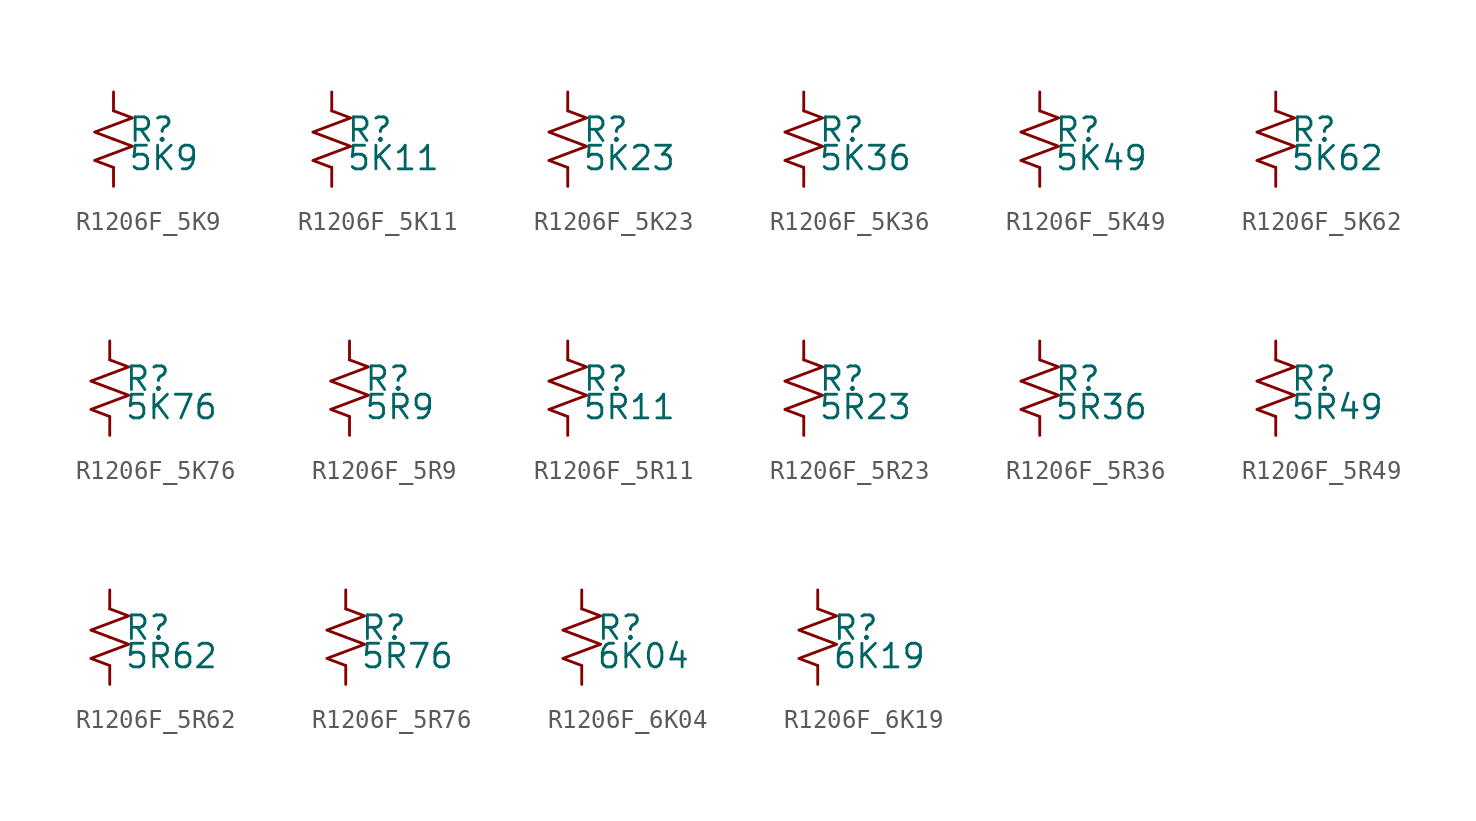
<source format=kicad_sym>
(kicad_symbol_lib
  (version 20220914)
  (generator kicad_symbol_editor)
  (symbol "R1206F_5K9"
    (pin_numbers hide)
    (pin_names
      (offset 0.254) hide)
    (property "Reference" "R"
      (at 0.762 0.508 0)
      (effects (font (size 1.27 1.27)) (justify left)))
    (property "Value" "5K9"
      (at 0.762 -1.016 0)
      (effects (font (size 1.27 1.27)) (justify left)))
    (symbol "R1206F_5K9_1_1"
      (polyline (pts (xy 0 0) (xy 1.016 -0.381) (xy 0 -0.762) (xy -1.016 -1.143) (xy 0 -1.524)) (stroke (width 0) (type default)) (fill (type none)))
      (polyline (pts (xy 0 1.524) (xy 1.016 1.143) (xy 0 0.762) (xy -1.016 0.381) (xy 0 0)) (stroke (width 0) (type default)) (fill (type none)))
      (pin passive line (at 0 2.54 270) (length 1.016) (name "~" (effects (font (size 1.27 1.27)))) (number "1" (effects (font (size 1.27 1.27)))))
      (pin passive line (at 0 -2.54 90) (length 1.016) (name "~" (effects (font (size 1.27 1.27)))) (number "2" (effects (font (size 1.27 1.27)))))))
  (symbol "R1206F_5K11"
    (pin_numbers hide)
    (pin_names
      (offset 0.254) hide)
    (property "Reference" "R"
      (at 0.762 0.508 0)
      (effects (font (size 1.27 1.27)) (justify left)))
    (property "Value" "5K11"
      (at 0.762 -1.016 0)
      (effects (font (size 1.27 1.27)) (justify left)))
    (symbol "R1206F_5K11_1_1"
      (polyline (pts (xy 0 0) (xy 1.016 -0.381) (xy 0 -0.762) (xy -1.016 -1.143) (xy 0 -1.524)) (stroke (width 0) (type default)) (fill (type none)))
      (polyline (pts (xy 0 1.524) (xy 1.016 1.143) (xy 0 0.762) (xy -1.016 0.381) (xy 0 0)) (stroke (width 0) (type default)) (fill (type none)))
      (pin passive line (at 0 2.54 270) (length 1.016) (name "~" (effects (font (size 1.27 1.27)))) (number "1" (effects (font (size 1.27 1.27)))))
      (pin passive line (at 0 -2.54 90) (length 1.016) (name "~" (effects (font (size 1.27 1.27)))) (number "2" (effects (font (size 1.27 1.27)))))))
  (symbol "R1206F_5K23"
    (pin_numbers hide)
    (pin_names
      (offset 0.254) hide)
    (property "Reference" "R"
      (at 0.762 0.508 0)
      (effects (font (size 1.27 1.27)) (justify left)))
    (property "Value" "5K23"
      (at 0.762 -1.016 0)
      (effects (font (size 1.27 1.27)) (justify left)))
    (symbol "R1206F_5K23_1_1"
      (polyline (pts (xy 0 0) (xy 1.016 -0.381) (xy 0 -0.762) (xy -1.016 -1.143) (xy 0 -1.524)) (stroke (width 0) (type default)) (fill (type none)))
      (polyline (pts (xy 0 1.524) (xy 1.016 1.143) (xy 0 0.762) (xy -1.016 0.381) (xy 0 0)) (stroke (width 0) (type default)) (fill (type none)))
      (pin passive line (at 0 2.54 270) (length 1.016) (name "~" (effects (font (size 1.27 1.27)))) (number "1" (effects (font (size 1.27 1.27)))))
      (pin passive line (at 0 -2.54 90) (length 1.016) (name "~" (effects (font (size 1.27 1.27)))) (number "2" (effects (font (size 1.27 1.27)))))))
  (symbol "R1206F_5K36"
    (pin_numbers hide)
    (pin_names
      (offset 0.254) hide)
    (property "Reference" "R"
      (at 0.762 0.508 0)
      (effects (font (size 1.27 1.27)) (justify left)))
    (property "Value" "5K36"
      (at 0.762 -1.016 0)
      (effects (font (size 1.27 1.27)) (justify left)))
    (symbol "R1206F_5K36_1_1"
      (polyline (pts (xy 0 0) (xy 1.016 -0.381) (xy 0 -0.762) (xy -1.016 -1.143) (xy 0 -1.524)) (stroke (width 0) (type default)) (fill (type none)))
      (polyline (pts (xy 0 1.524) (xy 1.016 1.143) (xy 0 0.762) (xy -1.016 0.381) (xy 0 0)) (stroke (width 0) (type default)) (fill (type none)))
      (pin passive line (at 0 2.54 270) (length 1.016) (name "~" (effects (font (size 1.27 1.27)))) (number "1" (effects (font (size 1.27 1.27)))))
      (pin passive line (at 0 -2.54 90) (length 1.016) (name "~" (effects (font (size 1.27 1.27)))) (number "2" (effects (font (size 1.27 1.27)))))))
  (symbol "R1206F_5K49"
    (pin_numbers hide)
    (pin_names
      (offset 0.254) hide)
    (property "Reference" "R"
      (at 0.762 0.508 0)
      (effects (font (size 1.27 1.27)) (justify left)))
    (property "Value" "5K49"
      (at 0.762 -1.016 0)
      (effects (font (size 1.27 1.27)) (justify left)))
    (symbol "R1206F_5K49_1_1"
      (polyline (pts (xy 0 0) (xy 1.016 -0.381) (xy 0 -0.762) (xy -1.016 -1.143) (xy 0 -1.524)) (stroke (width 0) (type default)) (fill (type none)))
      (polyline (pts (xy 0 1.524) (xy 1.016 1.143) (xy 0 0.762) (xy -1.016 0.381) (xy 0 0)) (stroke (width 0) (type default)) (fill (type none)))
      (pin passive line (at 0 2.54 270) (length 1.016) (name "~" (effects (font (size 1.27 1.27)))) (number "1" (effects (font (size 1.27 1.27)))))
      (pin passive line (at 0 -2.54 90) (length 1.016) (name "~" (effects (font (size 1.27 1.27)))) (number "2" (effects (font (size 1.27 1.27)))))))
  (symbol "R1206F_5K62"
    (pin_numbers hide)
    (pin_names
      (offset 0.254) hide)
    (property "Reference" "R"
      (at 0.762 0.508 0)
      (effects (font (size 1.27 1.27)) (justify left)))
    (property "Value" "5K62"
      (at 0.762 -1.016 0)
      (effects (font (size 1.27 1.27)) (justify left)))
    (symbol "R1206F_5K62_1_1"
      (polyline (pts (xy 0 0) (xy 1.016 -0.381) (xy 0 -0.762) (xy -1.016 -1.143) (xy 0 -1.524)) (stroke (width 0) (type default)) (fill (type none)))
      (polyline (pts (xy 0 1.524) (xy 1.016 1.143) (xy 0 0.762) (xy -1.016 0.381) (xy 0 0)) (stroke (width 0) (type default)) (fill (type none)))
      (pin passive line (at 0 2.54 270) (length 1.016) (name "~" (effects (font (size 1.27 1.27)))) (number "1" (effects (font (size 1.27 1.27)))))
      (pin passive line (at 0 -2.54 90) (length 1.016) (name "~" (effects (font (size 1.27 1.27)))) (number "2" (effects (font (size 1.27 1.27)))))))
  (symbol "R1206F_5K76"
    (pin_numbers hide)
    (pin_names
      (offset 0.254) hide)
    (property "Reference" "R"
      (at 0.762 0.508 0)
      (effects (font (size 1.27 1.27)) (justify left)))
    (property "Value" "5K76"
      (at 0.762 -1.016 0)
      (effects (font (size 1.27 1.27)) (justify left)))
    (symbol "R1206F_5K76_1_1"
      (polyline (pts (xy 0 0) (xy 1.016 -0.381) (xy 0 -0.762) (xy -1.016 -1.143) (xy 0 -1.524)) (stroke (width 0) (type default)) (fill (type none)))
      (polyline (pts (xy 0 1.524) (xy 1.016 1.143) (xy 0 0.762) (xy -1.016 0.381) (xy 0 0)) (stroke (width 0) (type default)) (fill (type none)))
      (pin passive line (at 0 2.54 270) (length 1.016) (name "~" (effects (font (size 1.27 1.27)))) (number "1" (effects (font (size 1.27 1.27)))))
      (pin passive line (at 0 -2.54 90) (length 1.016) (name "~" (effects (font (size 1.27 1.27)))) (number "2" (effects (font (size 1.27 1.27)))))))
  (symbol "R1206F_5R9"
    (pin_numbers hide)
    (pin_names
      (offset 0.254) hide)
    (property "Reference" "R"
      (at 0.762 0.508 0)
      (effects (font (size 1.27 1.27)) (justify left)))
    (property "Value" "5R9"
      (at 0.762 -1.016 0)
      (effects (font (size 1.27 1.27)) (justify left)))
    (symbol "R1206F_5R9_1_1"
      (polyline (pts (xy 0 0) (xy 1.016 -0.381) (xy 0 -0.762) (xy -1.016 -1.143) (xy 0 -1.524)) (stroke (width 0) (type default)) (fill (type none)))
      (polyline (pts (xy 0 1.524) (xy 1.016 1.143) (xy 0 0.762) (xy -1.016 0.381) (xy 0 0)) (stroke (width 0) (type default)) (fill (type none)))
      (pin passive line (at 0 2.54 270) (length 1.016) (name "~" (effects (font (size 1.27 1.27)))) (number "1" (effects (font (size 1.27 1.27)))))
      (pin passive line (at 0 -2.54 90) (length 1.016) (name "~" (effects (font (size 1.27 1.27)))) (number "2" (effects (font (size 1.27 1.27)))))))
  (symbol "R1206F_5R11"
    (pin_numbers hide)
    (pin_names
      (offset 0.254) hide)
    (property "Reference" "R"
      (at 0.762 0.508 0)
      (effects (font (size 1.27 1.27)) (justify left)))
    (property "Value" "5R11"
      (at 0.762 -1.016 0)
      (effects (font (size 1.27 1.27)) (justify left)))
    (symbol "R1206F_5R11_1_1"
      (polyline (pts (xy 0 0) (xy 1.016 -0.381) (xy 0 -0.762) (xy -1.016 -1.143) (xy 0 -1.524)) (stroke (width 0) (type default)) (fill (type none)))
      (polyline (pts (xy 0 1.524) (xy 1.016 1.143) (xy 0 0.762) (xy -1.016 0.381) (xy 0 0)) (stroke (width 0) (type default)) (fill (type none)))
      (pin passive line (at 0 2.54 270) (length 1.016) (name "~" (effects (font (size 1.27 1.27)))) (number "1" (effects (font (size 1.27 1.27)))))
      (pin passive line (at 0 -2.54 90) (length 1.016) (name "~" (effects (font (size 1.27 1.27)))) (number "2" (effects (font (size 1.27 1.27)))))))
  (symbol "R1206F_5R23"
    (pin_numbers hide)
    (pin_names
      (offset 0.254) hide)
    (property "Reference" "R"
      (at 0.762 0.508 0)
      (effects (font (size 1.27 1.27)) (justify left)))
    (property "Value" "5R23"
      (at 0.762 -1.016 0)
      (effects (font (size 1.27 1.27)) (justify left)))
    (symbol "R1206F_5R23_1_1"
      (polyline (pts (xy 0 0) (xy 1.016 -0.381) (xy 0 -0.762) (xy -1.016 -1.143) (xy 0 -1.524)) (stroke (width 0) (type default)) (fill (type none)))
      (polyline (pts (xy 0 1.524) (xy 1.016 1.143) (xy 0 0.762) (xy -1.016 0.381) (xy 0 0)) (stroke (width 0) (type default)) (fill (type none)))
      (pin passive line (at 0 2.54 270) (length 1.016) (name "~" (effects (font (size 1.27 1.27)))) (number "1" (effects (font (size 1.27 1.27)))))
      (pin passive line (at 0 -2.54 90) (length 1.016) (name "~" (effects (font (size 1.27 1.27)))) (number "2" (effects (font (size 1.27 1.27)))))))
  (symbol "R1206F_5R36"
    (pin_numbers hide)
    (pin_names
      (offset 0.254) hide)
    (property "Reference" "R"
      (at 0.762 0.508 0)
      (effects (font (size 1.27 1.27)) (justify left)))
    (property "Value" "5R36"
      (at 0.762 -1.016 0)
      (effects (font (size 1.27 1.27)) (justify left)))
    (symbol "R1206F_5R36_1_1"
      (polyline (pts (xy 0 0) (xy 1.016 -0.381) (xy 0 -0.762) (xy -1.016 -1.143) (xy 0 -1.524)) (stroke (width 0) (type default)) (fill (type none)))
      (polyline (pts (xy 0 1.524) (xy 1.016 1.143) (xy 0 0.762) (xy -1.016 0.381) (xy 0 0)) (stroke (width 0) (type default)) (fill (type none)))
      (pin passive line (at 0 2.54 270) (length 1.016) (name "~" (effects (font (size 1.27 1.27)))) (number "1" (effects (font (size 1.27 1.27)))))
      (pin passive line (at 0 -2.54 90) (length 1.016) (name "~" (effects (font (size 1.27 1.27)))) (number "2" (effects (font (size 1.27 1.27)))))))
  (symbol "R1206F_5R49"
    (pin_numbers hide)
    (pin_names
      (offset 0.254) hide)
    (property "Reference" "R"
      (at 0.762 0.508 0)
      (effects (font (size 1.27 1.27)) (justify left)))
    (property "Value" "5R49"
      (at 0.762 -1.016 0)
      (effects (font (size 1.27 1.27)) (justify left)))
    (symbol "R1206F_5R49_1_1"
      (polyline (pts (xy 0 0) (xy 1.016 -0.381) (xy 0 -0.762) (xy -1.016 -1.143) (xy 0 -1.524)) (stroke (width 0) (type default)) (fill (type none)))
      (polyline (pts (xy 0 1.524) (xy 1.016 1.143) (xy 0 0.762) (xy -1.016 0.381) (xy 0 0)) (stroke (width 0) (type default)) (fill (type none)))
      (pin passive line (at 0 2.54 270) (length 1.016) (name "~" (effects (font (size 1.27 1.27)))) (number "1" (effects (font (size 1.27 1.27)))))
      (pin passive line (at 0 -2.54 90) (length 1.016) (name "~" (effects (font (size 1.27 1.27)))) (number "2" (effects (font (size 1.27 1.27)))))))
  (symbol "R1206F_5R62"
    (pin_numbers hide)
    (pin_names
      (offset 0.254) hide)
    (property "Reference" "R"
      (at 0.762 0.508 0)
      (effects (font (size 1.27 1.27)) (justify left)))
    (property "Value" "5R62"
      (at 0.762 -1.016 0)
      (effects (font (size 1.27 1.27)) (justify left)))
    (symbol "R1206F_5R62_1_1"
      (polyline (pts (xy 0 0) (xy 1.016 -0.381) (xy 0 -0.762) (xy -1.016 -1.143) (xy 0 -1.524)) (stroke (width 0) (type default)) (fill (type none)))
      (polyline (pts (xy 0 1.524) (xy 1.016 1.143) (xy 0 0.762) (xy -1.016 0.381) (xy 0 0)) (stroke (width 0) (type default)) (fill (type none)))
      (pin passive line (at 0 2.54 270) (length 1.016) (name "~" (effects (font (size 1.27 1.27)))) (number "1" (effects (font (size 1.27 1.27)))))
      (pin passive line (at 0 -2.54 90) (length 1.016) (name "~" (effects (font (size 1.27 1.27)))) (number "2" (effects (font (size 1.27 1.27)))))))
  (symbol "R1206F_5R76"
    (pin_numbers hide)
    (pin_names
      (offset 0.254) hide)
    (property "Reference" "R"
      (at 0.762 0.508 0)
      (effects (font (size 1.27 1.27)) (justify left)))
    (property "Value" "5R76"
      (at 0.762 -1.016 0)
      (effects (font (size 1.27 1.27)) (justify left)))
    (symbol "R1206F_5R76_1_1"
      (polyline (pts (xy 0 0) (xy 1.016 -0.381) (xy 0 -0.762) (xy -1.016 -1.143) (xy 0 -1.524)) (stroke (width 0) (type default)) (fill (type none)))
      (polyline (pts (xy 0 1.524) (xy 1.016 1.143) (xy 0 0.762) (xy -1.016 0.381) (xy 0 0)) (stroke (width 0) (type default)) (fill (type none)))
      (pin passive line (at 0 2.54 270) (length 1.016) (name "~" (effects (font (size 1.27 1.27)))) (number "1" (effects (font (size 1.27 1.27)))))
      (pin passive line (at 0 -2.54 90) (length 1.016) (name "~" (effects (font (size 1.27 1.27)))) (number "2" (effects (font (size 1.27 1.27)))))))
  (symbol "R1206F_6K04"
    (pin_numbers hide)
    (pin_names
      (offset 0.254) hide)
    (property "Reference" "R"
      (at 0.762 0.508 0)
      (effects (font (size 1.27 1.27)) (justify left)))
    (property "Value" "6K04"
      (at 0.762 -1.016 0)
      (effects (font (size 1.27 1.27)) (justify left)))
    (symbol "R1206F_6K04_1_1"
      (polyline (pts (xy 0 0) (xy 1.016 -0.381) (xy 0 -0.762) (xy -1.016 -1.143) (xy 0 -1.524)) (stroke (width 0) (type default)) (fill (type none)))
      (polyline (pts (xy 0 1.524) (xy 1.016 1.143) (xy 0 0.762) (xy -1.016 0.381) (xy 0 0)) (stroke (width 0) (type default)) (fill (type none)))
      (pin passive line (at 0 2.54 270) (length 1.016) (name "~" (effects (font (size 1.27 1.27)))) (number "1" (effects (font (size 1.27 1.27)))))
      (pin passive line (at 0 -2.54 90) (length 1.016) (name "~" (effects (font (size 1.27 1.27)))) (number "2" (effects (font (size 1.27 1.27)))))))
  (symbol "R1206F_6K19"
    (pin_numbers hide)
    (pin_names
      (offset 0.254) hide)
    (property "Reference" "R"
      (at 0.762 0.508 0)
      (effects (font (size 1.27 1.27)) (justify left)))
    (property "Value" "6K19"
      (at 0.762 -1.016 0)
      (effects (font (size 1.27 1.27)) (justify left)))
    (symbol "R1206F_6K19_1_1"
      (polyline (pts (xy 0 0) (xy 1.016 -0.381) (xy 0 -0.762) (xy -1.016 -1.143) (xy 0 -1.524)) (stroke (width 0) (type default)) (fill (type none)))
      (polyline (pts (xy 0 1.524) (xy 1.016 1.143) (xy 0 0.762) (xy -1.016 0.381) (xy 0 0)) (stroke (width 0) (type default)) (fill (type none)))
      (pin passive line (at 0 2.54 270) (length 1.016) (name "~" (effects (font (size 1.27 1.27)))) (number "1" (effects (font (size 1.27 1.27)))))
      (pin passive line (at 0 -2.54 90) (length 1.016) (name "~" (effects (font (size 1.27 1.27)))) (number "2" (effects (font (size 1.27 1.27))))))))
</source>
